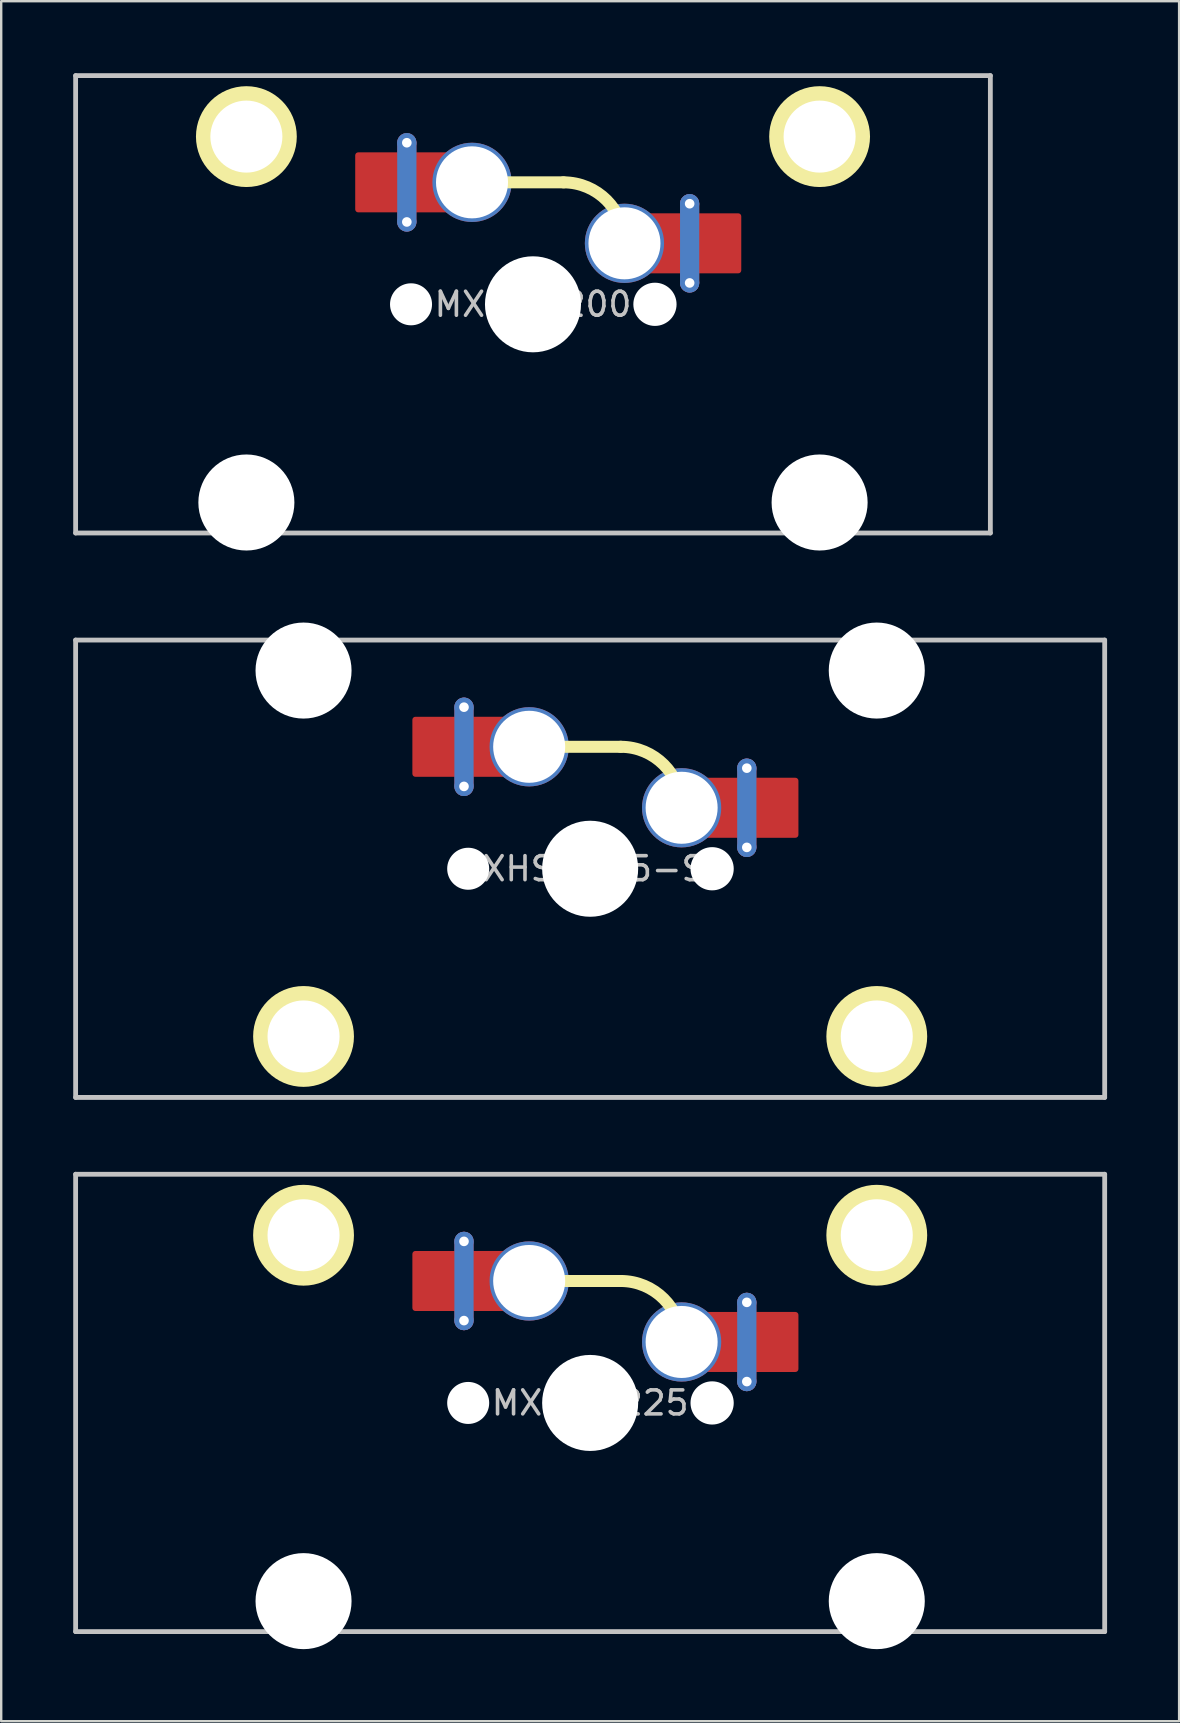
<source format=kicad_pcb>
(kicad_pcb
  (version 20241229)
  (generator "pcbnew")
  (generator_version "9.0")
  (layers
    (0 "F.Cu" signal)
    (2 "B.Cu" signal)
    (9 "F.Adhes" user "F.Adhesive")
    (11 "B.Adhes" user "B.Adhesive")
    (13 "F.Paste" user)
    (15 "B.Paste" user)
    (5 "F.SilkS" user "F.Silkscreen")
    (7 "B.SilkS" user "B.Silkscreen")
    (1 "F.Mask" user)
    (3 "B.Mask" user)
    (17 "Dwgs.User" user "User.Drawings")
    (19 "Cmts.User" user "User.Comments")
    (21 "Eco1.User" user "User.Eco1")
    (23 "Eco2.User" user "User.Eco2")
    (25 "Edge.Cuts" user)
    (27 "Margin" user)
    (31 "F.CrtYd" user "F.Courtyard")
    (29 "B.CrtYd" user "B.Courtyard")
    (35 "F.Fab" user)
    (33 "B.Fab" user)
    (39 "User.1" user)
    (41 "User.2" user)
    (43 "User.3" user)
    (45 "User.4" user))
  (footprint "MXHS-200"
    (layer "F.Cu")
    (at 19.15 9.625)
    (property "Reference" "MXHS-200" (at 0 0 0) (layer "Dwgs.User") (effects (font (size 1 1) (thickness 0.15))))
    (attr through_hole)
    (fp_line (start -2.54 -5.08) (end 1.27 -5.08) (stroke (width 0.5) (type solid)) (layer "F.SilkS"))
    (fp_arc (start 1.27 -5.08) (mid 3.066051 -4.336051) (end 3.81 -2.54) (stroke (width 0.5) (type solid)) (layer "F.SilkS"))
    (fp_circle (center -11.938 -6.985) (end -9.938 -6.985) (stroke (width 0.2) (type solid)) (fill yes) (layer "F.SilkS"))
    (fp_circle (center 11.938 -6.985) (end 13.938 -6.985) (stroke (width 0.2) (type solid)) (fill yes) (layer "F.SilkS"))
    (fp_line (start -19.05 -9.525) (end -19.05 9.525) (stroke (width 0.2) (type solid)) (layer "Dwgs.User"))
    (fp_line (start -19.05 9.525) (end 19.05 9.525) (stroke (width 0.2) (type solid)) (layer "Dwgs.User"))
    (fp_line (start 19.05 -9.525) (end -19.05 -9.525) (stroke (width 0.2) (type solid)) (layer "Dwgs.User"))
    (fp_line (start 19.05 9.525) (end 19.05 -9.525) (stroke (width 0.2) (type solid)) (layer "Dwgs.User"))
    (pad "" np_thru_hole circle (at -11.938 -6.985) (size 3 3) (drill 3) (layers "*.Cu" "*.Mask"))
    (pad "" np_thru_hole circle (at -11.938 8.255) (size 4 4) (drill 4) (layers "*.Cu" "*.Mask"))
    (pad "" np_thru_hole circle (at -5.08 0) (size 1.75 1.75) (drill 1.75) (layers "*.Cu" "*.Mask"))
    (pad "" np_thru_hole circle (at 0 0) (size 4 4) (drill 4) (layers "*.Cu" "*.Mask"))
    (pad "" np_thru_hole circle (at 5.08 0) (size 1.8 1.8) (drill 1.8) (layers "*.Cu" "*.Mask"))
    (pad "" np_thru_hole circle (at 11.938 -6.985) (size 3 3) (drill 3) (layers "*.Cu" "*.Mask"))
    (pad "" np_thru_hole circle (at 11.938 8.255) (size 4 4) (drill 4) (layers "*.Cu" "*.Mask"))
    (pad "1" thru_hole circle (at 3.81 -2.54) (size 3.3 3.3) (drill 3) (layers "*.Cu" "F.Mask"))
    (pad "1" smd rect (at 5.25 -2.54) (size 2 2.5) (layers "F.Cu"))
    (pad "1" thru_hole circle (at 6.525 -4.19 180) (size 0.8 0.8) (drill 0.4) (layers "*.Cu"))
    (pad "1" smd roundrect (at 6.525 -2.54) (size 0.8 4.1) (layers "F.Cu") (roundrect_rratio 0.5))
    (pad "1" smd roundrect (at 6.525 -2.54) (size 0.8 4.1) (layers "B.Cu") (roundrect_rratio 0.5))
    (pad "1" thru_hole circle (at 6.525 -0.89 180) (size 0.8 0.8) (drill 0.4) (layers "*.Cu"))
    (pad "1" smd roundrect (at 7.4 -2.54) (size 2.55 2.5) (layers "F.Cu" "F.Mask" "F.Paste") (roundrect_rratio 0.05))
    (pad "2" smd roundrect (at -6.13 -5.08) (size 2.55 2.5) (layers "F.Cu" "F.Mask" "F.Paste") (roundrect_rratio 0.05))
    (pad "2" thru_hole circle (at -5.255 -6.73 180) (size 0.8 0.8) (drill 0.4) (layers "*.Cu"))
    (pad "2" smd roundrect (at -5.255 -5.08) (size 0.8 4.1) (layers "F.Cu") (roundrect_rratio 0.5))
    (pad "2" smd roundrect (at -5.255 -5.08) (size 0.8 4.1) (layers "B.Cu") (roundrect_rratio 0.5))
    (pad "2" thru_hole circle (at -5.255 -3.43 180) (size 0.8 0.8) (drill 0.4) (layers "*.Cu"))
    (pad "2" smd rect (at -3.98 -5.08) (size 2 2.5) (layers "F.Cu"))
    (pad "2" thru_hole circle (at -2.54 -5.08) (size 3.3 3.3) (drill 3) (layers "*.Cu" "F.Mask")))
  (footprint "MXHS-225"
    (layer "F.Cu")
    (at 21.531 55.385)
    (property "Reference" "MXHS-225" (at 0 0 0) (layer "Dwgs.User") (effects (font (size 1 1) (thickness 0.15))))
    (attr through_hole)
    (fp_line (start -2.54 -5.08) (end 1.27 -5.08) (stroke (width 0.5) (type solid)) (layer "F.SilkS"))
    (fp_arc (start 1.27 -5.08) (mid 3.066051 -4.336051) (end 3.81 -2.54) (stroke (width 0.5) (type solid)) (layer "F.SilkS"))
    (fp_circle (center -11.938 -6.985) (end -9.938 -6.985) (stroke (width 0.2) (type solid)) (fill yes) (layer "F.SilkS"))
    (fp_circle (center 11.938 -6.985) (end 13.938 -6.985) (stroke (width 0.2) (type solid)) (fill yes) (layer "F.SilkS"))
    (fp_line (start -21.431 -9.525) (end -21.431 9.525) (stroke (width 0.2) (type solid)) (layer "Dwgs.User"))
    (fp_line (start -21.431 9.525) (end 21.431 9.525) (stroke (width 0.2) (type solid)) (layer "Dwgs.User"))
    (fp_line (start 21.431 -9.525) (end -21.431 -9.525) (stroke (width 0.2) (type solid)) (layer "Dwgs.User"))
    (fp_line (start 21.431 9.525) (end 21.431 -9.525) (stroke (width 0.2) (type solid)) (layer "Dwgs.User"))
    (pad "" np_thru_hole circle (at -11.938 -6.985) (size 3 3) (drill 3) (layers "*.Cu" "*.Mask"))
    (pad "" np_thru_hole circle (at -11.938 8.255) (size 4 4) (drill 4) (layers "*.Cu" "*.Mask"))
    (pad "" np_thru_hole circle (at -5.08 0) (size 1.75 1.75) (drill 1.75) (layers "*.Cu" "*.Mask"))
    (pad "" np_thru_hole circle (at 0 0) (size 4 4) (drill 4) (layers "*.Cu" "*.Mask"))
    (pad "" np_thru_hole circle (at 5.08 0) (size 1.8 1.8) (drill 1.8) (layers "*.Cu" "*.Mask"))
    (pad "" np_thru_hole circle (at 11.938 -6.985) (size 3 3) (drill 3) (layers "*.Cu" "*.Mask"))
    (pad "" np_thru_hole circle (at 11.938 8.255) (size 4 4) (drill 4) (layers "*.Cu" "*.Mask"))
    (pad "1" thru_hole circle (at 3.81 -2.54) (size 3.3 3.3) (drill 3) (layers "*.Cu" "F.Mask"))
    (pad "1" smd rect (at 5.25 -2.54) (size 2 2.5) (layers "F.Cu"))
    (pad "1" thru_hole circle (at 6.525 -4.19 180) (size 0.8 0.8) (drill 0.4) (layers "*.Cu"))
    (pad "1" smd roundrect (at 6.525 -2.54) (size 0.8 4.1) (layers "F.Cu") (roundrect_rratio 0.5))
    (pad "1" smd roundrect (at 6.525 -2.54) (size 0.8 4.1) (layers "B.Cu") (roundrect_rratio 0.5))
    (pad "1" thru_hole circle (at 6.525 -0.89 180) (size 0.8 0.8) (drill 0.4) (layers "*.Cu"))
    (pad "1" smd roundrect (at 7.4 -2.54) (size 2.55 2.5) (layers "F.Cu" "F.Mask" "F.Paste") (roundrect_rratio 0.05))
    (pad "2" smd roundrect (at -6.13 -5.08) (size 2.55 2.5) (layers "F.Cu" "F.Mask" "F.Paste") (roundrect_rratio 0.05))
    (pad "2" thru_hole circle (at -5.255 -6.73 180) (size 0.8 0.8) (drill 0.4) (layers "*.Cu"))
    (pad "2" smd roundrect (at -5.255 -5.08) (size 0.8 4.1) (layers "F.Cu") (roundrect_rratio 0.5))
    (pad "2" smd roundrect (at -5.255 -5.08) (size 0.8 4.1) (layers "B.Cu") (roundrect_rratio 0.5))
    (pad "2" thru_hole circle (at -5.255 -3.43 180) (size 0.8 0.8) (drill 0.4) (layers "*.Cu"))
    (pad "2" smd rect (at -3.98 -5.08) (size 2 2.5) (layers "F.Cu"))
    (pad "2" thru_hole circle (at -2.54 -5.08) (size 3.3 3.3) (drill 3) (layers "*.Cu" "F.Mask")))
  (footprint "MXHS-225-SF"
    (layer "F.Cu")
    (at 21.531 33.135)
    (property "Reference" "MXHS-225-SF" (at 0 0 0) (layer "Dwgs.User") (effects (font (size 1 1) (thickness 0.15))))
    (attr through_hole)
    (fp_line (start -2.54 -5.08) (end 1.27 -5.08) (stroke (width 0.5) (type solid)) (layer "F.SilkS"))
    (fp_arc (start 1.27 -5.08) (mid 3.066051 -4.336051) (end 3.81 -2.54) (stroke (width 0.5) (type solid)) (layer "F.SilkS"))
    (fp_circle (center -11.938 6.985) (end -13.938 6.985) (stroke (width 0.2) (type solid)) (fill yes) (layer "F.SilkS"))
    (fp_circle (center 11.938 6.985) (end 9.938 6.985) (stroke (width 0.2) (type solid)) (fill yes) (layer "F.SilkS"))
    (fp_line (start -21.431 -9.525) (end -21.431 9.525) (stroke (width 0.2) (type solid)) (layer "Dwgs.User"))
    (fp_line (start -21.431 9.525) (end 21.431 9.525) (stroke (width 0.2) (type solid)) (layer "Dwgs.User"))
    (fp_line (start 21.431 -9.525) (end -21.431 -9.525) (stroke (width 0.2) (type solid)) (layer "Dwgs.User"))
    (fp_line (start 21.431 9.525) (end 21.431 -9.525) (stroke (width 0.2) (type solid)) (layer "Dwgs.User"))
    (pad "" np_thru_hole circle (at -11.938 -8.255 180) (size 4 4) (drill 4) (layers "*.Cu" "*.Mask"))
    (pad "" np_thru_hole circle (at -11.938 6.985 180) (size 3 3) (drill 3) (layers "*.Cu" "*.Mask"))
    (pad "" np_thru_hole circle (at -5.08 0) (size 1.75 1.75) (drill 1.75) (layers "*.Cu" "*.Mask"))
    (pad "" np_thru_hole circle (at 0 0) (size 4 4) (drill 4) (layers "*.Cu" "*.Mask"))
    (pad "" np_thru_hole circle (at 5.08 0) (size 1.8 1.8) (drill 1.8) (layers "*.Cu" "*.Mask"))
    (pad "" np_thru_hole circle (at 11.938 -8.255 180) (size 4 4) (drill 4) (layers "*.Cu" "*.Mask"))
    (pad "" np_thru_hole circle (at 11.938 6.985 180) (size 3 3) (drill 3) (layers "*.Cu" "*.Mask"))
    (pad "1" thru_hole circle (at 3.81 -2.54) (size 3.3 3.3) (drill 3) (layers "*.Cu" "F.Mask"))
    (pad "1" smd rect (at 5.25 -2.54) (size 2 2.5) (layers "F.Cu"))
    (pad "1" thru_hole circle (at 6.525 -4.19 180) (size 0.8 0.8) (drill 0.4) (layers "*.Cu"))
    (pad "1" smd roundrect (at 6.525 -2.54) (size 0.8 4.1) (layers "F.Cu") (roundrect_rratio 0.5))
    (pad "1" smd roundrect (at 6.525 -2.54) (size 0.8 4.1) (layers "B.Cu") (roundrect_rratio 0.5))
    (pad "1" thru_hole circle (at 6.525 -0.89 180) (size 0.8 0.8) (drill 0.4) (layers "*.Cu"))
    (pad "1" smd roundrect (at 7.4 -2.54) (size 2.55 2.5) (layers "F.Cu" "F.Mask" "F.Paste") (roundrect_rratio 0.05))
    (pad "2" smd roundrect (at -6.13 -5.08) (size 2.55 2.5) (layers "F.Cu" "F.Mask" "F.Paste") (roundrect_rratio 0.05))
    (pad "2" thru_hole circle (at -5.255 -6.73 180) (size 0.8 0.8) (drill 0.4) (layers "*.Cu"))
    (pad "2" smd roundrect (at -5.255 -5.08) (size 0.8 4.1) (layers "F.Cu") (roundrect_rratio 0.5))
    (pad "2" smd roundrect (at -5.255 -5.08) (size 0.8 4.1) (layers "B.Cu") (roundrect_rratio 0.5))
    (pad "2" thru_hole circle (at -5.255 -3.43 180) (size 0.8 0.8) (drill 0.4) (layers "*.Cu"))
    (pad "2" smd rect (at -3.98 -5.08) (size 2 2.5) (layers "F.Cu"))
    (pad "2" thru_hole circle (at -2.54 -5.08) (size 3.3 3.3) (drill 3) (layers "*.Cu" "F.Mask")))
  (gr_rect
    (start -3 -3)
    (end 46.062 68.64)
    (stroke (width 0.1) (type default))
    (fill no)
    (layer "Edge.Cuts")))
</source>
